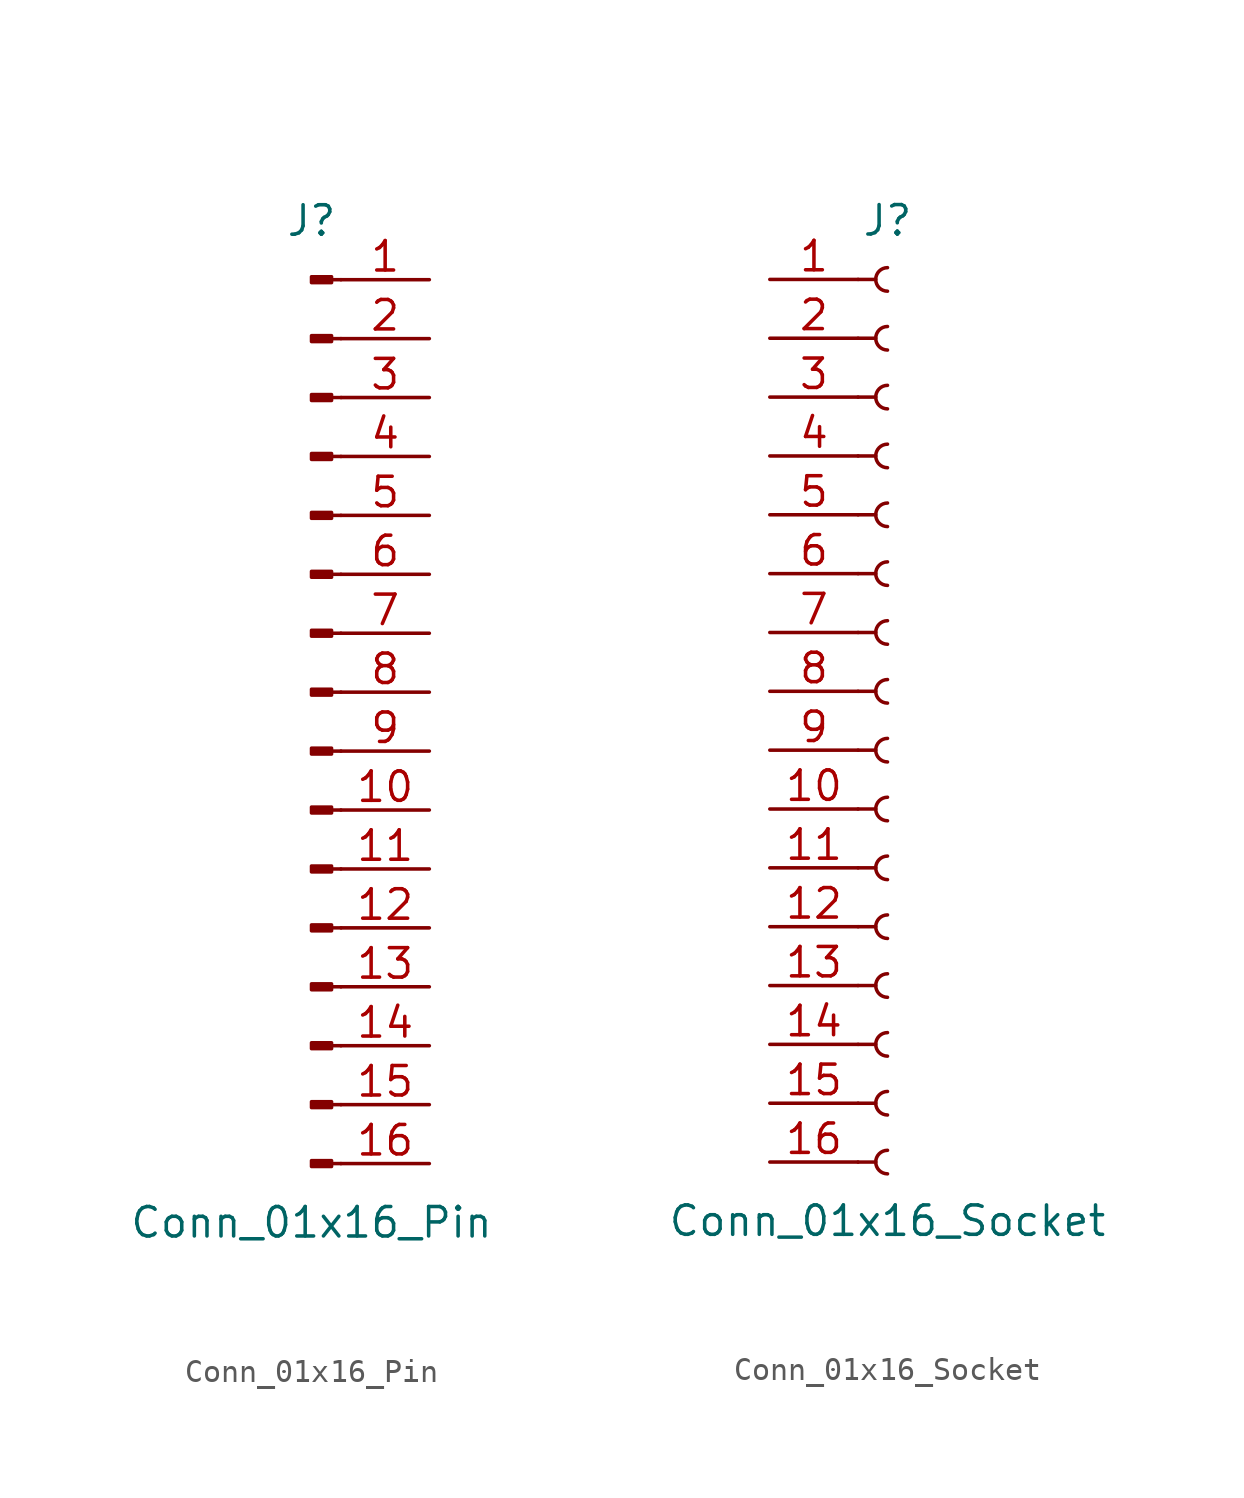
<source format=kicad_sym>
(kicad_symbol_lib
  (version 20241209)
  (generator "kicad_symbol_editor")
  (generator_version "9.0")
  (symbol "Conn_01x16_Pin"
    (pin_names
      (offset 1.016)
      (hide yes))
    (property "Reference" "J"
      (at 0 20.32 0)
      (effects (font (size 1.27 1.27))))
    (property "Value" "Conn_01x16_Pin"
      (at 0 -22.86 0)
      (effects (font (size 1.27 1.27))))
    (property "ki_locked" ""
      (at 0 0 0)
      (effects (font (size 1.27 1.27))))
    (symbol "Conn_01x16_Pin_1_1"
      (rectangle (start 0.864 17.907) (end 0 17.653) (stroke (width 0.152) (type default)) (fill (type outline)))
      (rectangle (start 0.864 15.367) (end 0 15.113) (stroke (width 0.152) (type default)) (fill (type outline)))
      (rectangle (start 0.864 12.827) (end 0 12.573) (stroke (width 0.152) (type default)) (fill (type outline)))
      (rectangle (start 0.864 10.287) (end 0 10.033) (stroke (width 0.152) (type default)) (fill (type outline)))
      (rectangle (start 0.864 7.747) (end 0 7.493) (stroke (width 0.152) (type default)) (fill (type outline)))
      (rectangle (start 0.864 5.207) (end 0 4.953) (stroke (width 0.152) (type default)) (fill (type outline)))
      (rectangle (start 0.864 2.667) (end 0 2.413) (stroke (width 0.152) (type default)) (fill (type outline)))
      (rectangle (start 0.864 0.127) (end 0 -0.127) (stroke (width 0.152) (type default)) (fill (type outline)))
      (rectangle (start 0.864 -2.413) (end 0 -2.667) (stroke (width 0.152) (type default)) (fill (type outline)))
      (rectangle (start 0.864 -4.953) (end 0 -5.207) (stroke (width 0.152) (type default)) (fill (type outline)))
      (rectangle (start 0.864 -7.493) (end 0 -7.747) (stroke (width 0.152) (type default)) (fill (type outline)))
      (rectangle (start 0.864 -10.033) (end 0 -10.287) (stroke (width 0.152) (type default)) (fill (type outline)))
      (rectangle (start 0.864 -12.573) (end 0 -12.827) (stroke (width 0.152) (type default)) (fill (type outline)))
      (rectangle (start 0.864 -15.113) (end 0 -15.367) (stroke (width 0.152) (type default)) (fill (type outline)))
      (rectangle (start 0.864 -17.653) (end 0 -17.907) (stroke (width 0.152) (type default)) (fill (type outline)))
      (rectangle (start 0.864 -20.193) (end 0 -20.447) (stroke (width 0.152) (type default)) (fill (type outline)))
      (polyline (pts (xy 1.27 17.78) (xy 0.864 17.78)) (stroke (width 0.152) (type default)) (fill (type none)))
      (polyline (pts (xy 1.27 15.24) (xy 0.864 15.24)) (stroke (width 0.152) (type default)) (fill (type none)))
      (polyline (pts (xy 1.27 12.7) (xy 0.864 12.7)) (stroke (width 0.152) (type default)) (fill (type none)))
      (polyline (pts (xy 1.27 10.16) (xy 0.864 10.16)) (stroke (width 0.152) (type default)) (fill (type none)))
      (polyline (pts (xy 1.27 7.62) (xy 0.864 7.62)) (stroke (width 0.152) (type default)) (fill (type none)))
      (polyline (pts (xy 1.27 5.08) (xy 0.864 5.08)) (stroke (width 0.152) (type default)) (fill (type none)))
      (polyline (pts (xy 1.27 2.54) (xy 0.864 2.54)) (stroke (width 0.152) (type default)) (fill (type none)))
      (polyline (pts (xy 1.27 0) (xy 0.864 0)) (stroke (width 0.152) (type default)) (fill (type none)))
      (polyline (pts (xy 1.27 -2.54) (xy 0.864 -2.54)) (stroke (width 0.152) (type default)) (fill (type none)))
      (polyline (pts (xy 1.27 -5.08) (xy 0.864 -5.08)) (stroke (width 0.152) (type default)) (fill (type none)))
      (polyline (pts (xy 1.27 -7.62) (xy 0.864 -7.62)) (stroke (width 0.152) (type default)) (fill (type none)))
      (polyline (pts (xy 1.27 -10.16) (xy 0.864 -10.16)) (stroke (width 0.152) (type default)) (fill (type none)))
      (polyline (pts (xy 1.27 -12.7) (xy 0.864 -12.7)) (stroke (width 0.152) (type default)) (fill (type none)))
      (polyline (pts (xy 1.27 -15.24) (xy 0.864 -15.24)) (stroke (width 0.152) (type default)) (fill (type none)))
      (polyline (pts (xy 1.27 -17.78) (xy 0.864 -17.78)) (stroke (width 0.152) (type default)) (fill (type none)))
      (polyline (pts (xy 1.27 -20.32) (xy 0.864 -20.32)) (stroke (width 0.152) (type default)) (fill (type none)))
      (pin passive line (at 5.08 17.78 180) (length 3.81) (name "Pin_1" (effects (font (size 1.27 1.27)))) (number "1" (effects (font (size 1.27 1.27)))))
      (pin passive line (at 5.08 15.24 180) (length 3.81) (name "Pin_2" (effects (font (size 1.27 1.27)))) (number "2" (effects (font (size 1.27 1.27)))))
      (pin passive line (at 5.08 12.7 180) (length 3.81) (name "Pin_3" (effects (font (size 1.27 1.27)))) (number "3" (effects (font (size 1.27 1.27)))))
      (pin passive line (at 5.08 10.16 180) (length 3.81) (name "Pin_4" (effects (font (size 1.27 1.27)))) (number "4" (effects (font (size 1.27 1.27)))))
      (pin passive line (at 5.08 7.62 180) (length 3.81) (name "Pin_5" (effects (font (size 1.27 1.27)))) (number "5" (effects (font (size 1.27 1.27)))))
      (pin passive line (at 5.08 5.08 180) (length 3.81) (name "Pin_6" (effects (font (size 1.27 1.27)))) (number "6" (effects (font (size 1.27 1.27)))))
      (pin passive line (at 5.08 2.54 180) (length 3.81) (name "Pin_7" (effects (font (size 1.27 1.27)))) (number "7" (effects (font (size 1.27 1.27)))))
      (pin passive line (at 5.08 0 180) (length 3.81) (name "Pin_8" (effects (font (size 1.27 1.27)))) (number "8" (effects (font (size 1.27 1.27)))))
      (pin passive line (at 5.08 -2.54 180) (length 3.81) (name "Pin_9" (effects (font (size 1.27 1.27)))) (number "9" (effects (font (size 1.27 1.27)))))
      (pin passive line (at 5.08 -5.08 180) (length 3.81) (name "Pin_10" (effects (font (size 1.27 1.27)))) (number "10" (effects (font (size 1.27 1.27)))))
      (pin passive line (at 5.08 -7.62 180) (length 3.81) (name "Pin_11" (effects (font (size 1.27 1.27)))) (number "11" (effects (font (size 1.27 1.27)))))
      (pin passive line (at 5.08 -10.16 180) (length 3.81) (name "Pin_12" (effects (font (size 1.27 1.27)))) (number "12" (effects (font (size 1.27 1.27)))))
      (pin passive line (at 5.08 -12.7 180) (length 3.81) (name "Pin_13" (effects (font (size 1.27 1.27)))) (number "13" (effects (font (size 1.27 1.27)))))
      (pin passive line (at 5.08 -15.24 180) (length 3.81) (name "Pin_14" (effects (font (size 1.27 1.27)))) (number "14" (effects (font (size 1.27 1.27)))))
      (pin passive line (at 5.08 -17.78 180) (length 3.81) (name "Pin_15" (effects (font (size 1.27 1.27)))) (number "15" (effects (font (size 1.27 1.27)))))
      (pin passive line (at 5.08 -20.32 180) (length 3.81) (name "Pin_16" (effects (font (size 1.27 1.27)))) (number "16" (effects (font (size 1.27 1.27)))))))
  (symbol "Conn_01x16_Socket"
    (pin_names
      (offset 1.016)
      (hide yes))
    (property "Reference" "J"
      (at 0 20.32 0)
      (effects (font (size 1.27 1.27))))
    (property "Value" "Conn_01x16_Socket"
      (at 0 -22.86 0)
      (effects (font (size 1.27 1.27))))
    (property "ki_locked" ""
      (at 0 0 0)
      (effects (font (size 1.27 1.27))))
    (symbol "Conn_01x16_Socket_1_1"
      (polyline (pts (xy -1.27 17.78) (xy -0.508 17.78)) (stroke (width 0.152) (type default)) (fill (type none)))
      (polyline (pts (xy -1.27 15.24) (xy -0.508 15.24)) (stroke (width 0.152) (type default)) (fill (type none)))
      (polyline (pts (xy -1.27 12.7) (xy -0.508 12.7)) (stroke (width 0.152) (type default)) (fill (type none)))
      (polyline (pts (xy -1.27 10.16) (xy -0.508 10.16)) (stroke (width 0.152) (type default)) (fill (type none)))
      (polyline (pts (xy -1.27 7.62) (xy -0.508 7.62)) (stroke (width 0.152) (type default)) (fill (type none)))
      (polyline (pts (xy -1.27 5.08) (xy -0.508 5.08)) (stroke (width 0.152) (type default)) (fill (type none)))
      (polyline (pts (xy -1.27 2.54) (xy -0.508 2.54)) (stroke (width 0.152) (type default)) (fill (type none)))
      (polyline (pts (xy -1.27 0) (xy -0.508 0)) (stroke (width 0.152) (type default)) (fill (type none)))
      (polyline (pts (xy -1.27 -2.54) (xy -0.508 -2.54)) (stroke (width 0.152) (type default)) (fill (type none)))
      (polyline (pts (xy -1.27 -5.08) (xy -0.508 -5.08)) (stroke (width 0.152) (type default)) (fill (type none)))
      (polyline (pts (xy -1.27 -7.62) (xy -0.508 -7.62)) (stroke (width 0.152) (type default)) (fill (type none)))
      (polyline (pts (xy -1.27 -10.16) (xy -0.508 -10.16)) (stroke (width 0.152) (type default)) (fill (type none)))
      (polyline (pts (xy -1.27 -12.7) (xy -0.508 -12.7)) (stroke (width 0.152) (type default)) (fill (type none)))
      (polyline (pts (xy -1.27 -15.24) (xy -0.508 -15.24)) (stroke (width 0.152) (type default)) (fill (type none)))
      (polyline (pts (xy -1.27 -17.78) (xy -0.508 -17.78)) (stroke (width 0.152) (type default)) (fill (type none)))
      (polyline (pts (xy -1.27 -20.32) (xy -0.508 -20.32)) (stroke (width 0.152) (type default)) (fill (type none)))
      (arc (start 0 17.272) (mid -0.5058 17.78) (end 0 18.288) (stroke (width 0.1524) (type default)) (fill (type none)))
      (arc (start 0 14.732) (mid -0.5058 15.24) (end 0 15.748) (stroke (width 0.1524) (type default)) (fill (type none)))
      (arc (start 0 12.192) (mid -0.5058 12.7) (end 0 13.208) (stroke (width 0.1524) (type default)) (fill (type none)))
      (arc (start 0 9.652) (mid -0.5058 10.16) (end 0 10.668) (stroke (width 0.1524) (type default)) (fill (type none)))
      (arc (start 0 7.112) (mid -0.5058 7.62) (end 0 8.128) (stroke (width 0.1524) (type default)) (fill (type none)))
      (arc (start 0 4.572) (mid -0.5058 5.08) (end 0 5.588) (stroke (width 0.1524) (type default)) (fill (type none)))
      (arc (start 0 2.032) (mid -0.5058 2.54) (end 0 3.048) (stroke (width 0.1524) (type default)) (fill (type none)))
      (arc (start 0 -0.508) (mid -0.5058 0) (end 0 0.508) (stroke (width 0.1524) (type default)) (fill (type none)))
      (arc (start 0 -3.048) (mid -0.5058 -2.54) (end 0 -2.032) (stroke (width 0.1524) (type default)) (fill (type none)))
      (arc (start 0 -5.588) (mid -0.5058 -5.08) (end 0 -4.572) (stroke (width 0.1524) (type default)) (fill (type none)))
      (arc (start 0 -8.128) (mid -0.5058 -7.62) (end 0 -7.112) (stroke (width 0.1524) (type default)) (fill (type none)))
      (arc (start 0 -10.668) (mid -0.5058 -10.16) (end 0 -9.652) (stroke (width 0.1524) (type default)) (fill (type none)))
      (arc (start 0 -13.208) (mid -0.5058 -12.7) (end 0 -12.192) (stroke (width 0.1524) (type default)) (fill (type none)))
      (arc (start 0 -15.748) (mid -0.5058 -15.24) (end 0 -14.732) (stroke (width 0.1524) (type default)) (fill (type none)))
      (arc (start 0 -18.288) (mid -0.5058 -17.78) (end 0 -17.272) (stroke (width 0.1524) (type default)) (fill (type none)))
      (arc (start 0 -20.828) (mid -0.5058 -20.32) (end 0 -19.812) (stroke (width 0.1524) (type default)) (fill (type none)))
      (pin passive line (at -5.08 17.78 0) (length 3.81) (name "Pin_1" (effects (font (size 1.27 1.27)))) (number "1" (effects (font (size 1.27 1.27)))))
      (pin passive line (at -5.08 15.24 0) (length 3.81) (name "Pin_2" (effects (font (size 1.27 1.27)))) (number "2" (effects (font (size 1.27 1.27)))))
      (pin passive line (at -5.08 12.7 0) (length 3.81) (name "Pin_3" (effects (font (size 1.27 1.27)))) (number "3" (effects (font (size 1.27 1.27)))))
      (pin passive line (at -5.08 10.16 0) (length 3.81) (name "Pin_4" (effects (font (size 1.27 1.27)))) (number "4" (effects (font (size 1.27 1.27)))))
      (pin passive line (at -5.08 7.62 0) (length 3.81) (name "Pin_5" (effects (font (size 1.27 1.27)))) (number "5" (effects (font (size 1.27 1.27)))))
      (pin passive line (at -5.08 5.08 0) (length 3.81) (name "Pin_6" (effects (font (size 1.27 1.27)))) (number "6" (effects (font (size 1.27 1.27)))))
      (pin passive line (at -5.08 2.54 0) (length 3.81) (name "Pin_7" (effects (font (size 1.27 1.27)))) (number "7" (effects (font (size 1.27 1.27)))))
      (pin passive line (at -5.08 0 0) (length 3.81) (name "Pin_8" (effects (font (size 1.27 1.27)))) (number "8" (effects (font (size 1.27 1.27)))))
      (pin passive line (at -5.08 -2.54 0) (length 3.81) (name "Pin_9" (effects (font (size 1.27 1.27)))) (number "9" (effects (font (size 1.27 1.27)))))
      (pin passive line (at -5.08 -5.08 0) (length 3.81) (name "Pin_10" (effects (font (size 1.27 1.27)))) (number "10" (effects (font (size 1.27 1.27)))))
      (pin passive line (at -5.08 -7.62 0) (length 3.81) (name "Pin_11" (effects (font (size 1.27 1.27)))) (number "11" (effects (font (size 1.27 1.27)))))
      (pin passive line (at -5.08 -10.16 0) (length 3.81) (name "Pin_12" (effects (font (size 1.27 1.27)))) (number "12" (effects (font (size 1.27 1.27)))))
      (pin passive line (at -5.08 -12.7 0) (length 3.81) (name "Pin_13" (effects (font (size 1.27 1.27)))) (number "13" (effects (font (size 1.27 1.27)))))
      (pin passive line (at -5.08 -15.24 0) (length 3.81) (name "Pin_14" (effects (font (size 1.27 1.27)))) (number "14" (effects (font (size 1.27 1.27)))))
      (pin passive line (at -5.08 -17.78 0) (length 3.81) (name "Pin_15" (effects (font (size 1.27 1.27)))) (number "15" (effects (font (size 1.27 1.27)))))
      (pin passive line (at -5.08 -20.32 0) (length 3.81) (name "Pin_16" (effects (font (size 1.27 1.27)))) (number "16" (effects (font (size 1.27 1.27))))))))
</source>
